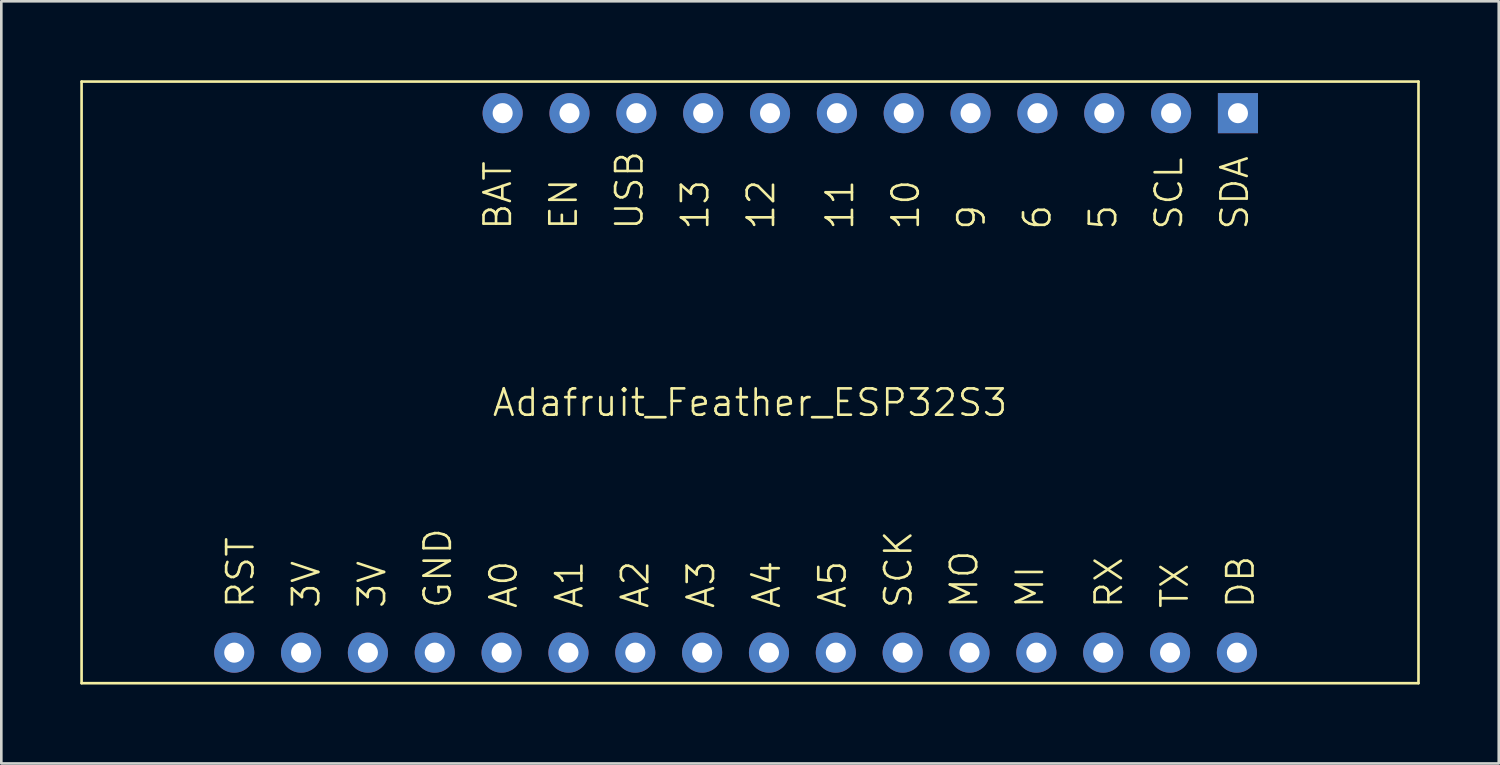
<source format=kicad_pcb>
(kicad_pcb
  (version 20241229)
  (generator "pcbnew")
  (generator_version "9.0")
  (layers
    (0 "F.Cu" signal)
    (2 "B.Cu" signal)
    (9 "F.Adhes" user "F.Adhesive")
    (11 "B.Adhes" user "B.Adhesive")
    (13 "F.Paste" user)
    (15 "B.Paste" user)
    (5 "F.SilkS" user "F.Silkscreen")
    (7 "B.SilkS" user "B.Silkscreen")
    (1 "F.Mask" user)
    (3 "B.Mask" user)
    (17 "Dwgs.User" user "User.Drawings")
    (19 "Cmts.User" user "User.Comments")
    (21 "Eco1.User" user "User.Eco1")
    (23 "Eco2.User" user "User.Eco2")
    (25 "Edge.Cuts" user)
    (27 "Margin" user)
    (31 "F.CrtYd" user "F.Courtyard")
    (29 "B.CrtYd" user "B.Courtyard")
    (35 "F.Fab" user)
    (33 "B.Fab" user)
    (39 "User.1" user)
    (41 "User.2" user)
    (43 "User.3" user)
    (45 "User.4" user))
  (footprint "Adafruit_Feather_ESP32S3"
    (layer "F.Cu")
    (at 25.45 12.75)
    (property "Reference" "Adafruit_Feather_ESP32S3" (at 0 -0.5 0) (unlocked yes) (layer "F.SilkS") (effects (font (size 1 1) (thickness 0.1))))
    (attr through_hole)
    (fp_line (start -25.4 -12.7) (end 25.4 -12.7) (stroke (width 0.1) (type default)) (layer "F.SilkS"))
    (fp_line (start -25.4 10.16) (end -25.4 -12.7) (stroke (width 0.1) (type default)) (layer "F.SilkS"))
    (fp_line (start 25.4 -12.7) (end 25.4 10.16) (stroke (width 0.1) (type default)) (layer "F.SilkS"))
    (fp_line (start 25.4 10.16) (end -25.4 10.16) (stroke (width 0.1) (type default)) (layer "F.SilkS"))
    (fp_text user "3V" (at -16.28 7.38 90) (unlocked yes) (layer "F.SilkS") (effects (font (size 1 1) (thickness 0.1)) (justify left bottom)))
    (fp_text user "DB" (at 19.22 7.38 90) (unlocked yes) (layer "F.SilkS") (effects (font (size 1 1) (thickness 0.1)) (justify left bottom)))
    (fp_text user "9" (at 9 -7 90) (unlocked yes) (layer "F.SilkS") (effects (font (size 1 1) (thickness 0.1)) (justify left bottom)))
    (fp_text user "EN" (at -6.5 -7 90) (unlocked yes) (layer "F.SilkS") (effects (font (size 1 1) (thickness 0.1)) (justify left bottom)))
    (fp_text user "USB" (at -4 -7 90) (unlocked yes) (layer "F.SilkS") (effects (font (size 1 1) (thickness 0.1)) (justify left bottom)))
    (fp_text user "5" (at 14 -7 90) (unlocked yes) (layer "F.SilkS") (effects (font (size 1 1) (thickness 0.1)) (justify left bottom)))
    (fp_text user "BAT" (at -9 -7 90) (unlocked yes) (layer "F.SilkS") (effects (font (size 1 1) (thickness 0.1)) (justify left bottom)))
    (fp_text user "MO" (at 8.72 7.38 90) (unlocked yes) (layer "F.SilkS") (effects (font (size 1 1) (thickness 0.1)) (justify left bottom)))
    (fp_text user "6" (at 11.5 -7 90) (unlocked yes) (layer "F.SilkS") (effects (font (size 1 1) (thickness 0.1)) (justify left bottom)))
    (fp_text user "A0" (at -8.78 7.38 90) (unlocked yes) (layer "F.SilkS") (effects (font (size 1 1) (thickness 0.1)) (justify left bottom)))
    (fp_text user "3V" (at -13.78 7.38 90) (unlocked yes) (layer "F.SilkS") (effects (font (size 1 1) (thickness 0.1)) (justify left bottom)))
    (fp_text user "A2" (at -3.78 7.38 90) (unlocked yes) (layer "F.SilkS") (effects (font (size 1 1) (thickness 0.1)) (justify left bottom)))
    (fp_text user "SCL" (at 16.5 -7 90) (unlocked yes) (layer "F.SilkS") (effects (font (size 1 1) (thickness 0.1)) (justify left bottom)))
    (fp_text user "RX" (at 14.22 7.38 90) (unlocked yes) (layer "F.SilkS") (effects (font (size 1 1) (thickness 0.1)) (justify left bottom)))
    (fp_text user "SDA" (at 19 -7 90) (unlocked yes) (layer "F.SilkS") (effects (font (size 1 1) (thickness 0.1)) (justify left bottom)))
    (fp_text user "11" (at 4 -7 90) (unlocked yes) (layer "F.SilkS") (effects (font (size 1 1) (thickness 0.1)) (justify left bottom)))
    (fp_text user "A5" (at 3.72 7.38 90) (unlocked yes) (layer "F.SilkS") (effects (font (size 1 1) (thickness 0.1)) (justify left bottom)))
    (fp_text user "10" (at 6.5 -7 90) (unlocked yes) (layer "F.SilkS") (effects (font (size 1 1) (thickness 0.1)) (justify left bottom)))
    (fp_text user "13" (at -1.5 -7 90) (unlocked yes) (layer "F.SilkS") (effects (font (size 1 1) (thickness 0.1)) (justify left bottom)))
    (fp_text user "A1" (at -6.28 7.38 90) (unlocked yes) (layer "F.SilkS") (effects (font (size 1 1) (thickness 0.1)) (justify left bottom)))
    (fp_text user "RST" (at -18.78 7.38 90) (unlocked yes) (layer "F.SilkS") (effects (font (size 1 1) (thickness 0.1)) (justify left bottom)))
    (fp_text user "GND" (at -11.28 7.38 90) (unlocked yes) (layer "F.SilkS") (effects (font (size 1 1) (thickness 0.1)) (justify left bottom)))
    (fp_text user "A3" (at -1.28 7.38 90) (unlocked yes) (layer "F.SilkS") (effects (font (size 1 1) (thickness 0.1)) (justify left bottom)))
    (fp_text user "A4" (at 1.22 7.38 90) (unlocked yes) (layer "F.SilkS") (effects (font (size 1 1) (thickness 0.1)) (justify left bottom)))
    (fp_text user "12" (at 1 -7 90) (unlocked yes) (layer "F.SilkS") (effects (font (size 1 1) (thickness 0.1)) (justify left bottom)))
    (fp_text user "TX" (at 16.72 7.38 90) (unlocked yes) (layer "F.SilkS") (effects (font (size 1 1) (thickness 0.1)) (justify left bottom)))
    (fp_text user "SCK" (at 6.22 7.38 90) (unlocked yes) (layer "F.SilkS") (effects (font (size 1 1) (thickness 0.1)) (justify left bottom)))
    (fp_text user "MI" (at 11.22 7.38 90) (unlocked yes) (layer "F.SilkS") (effects (font (size 1 1) (thickness 0.1)) (justify left bottom)))
    (pad "1" thru_hole rect (at 18.54 -11.5) (size 1.524 1.524) (drill 0.762) (layers "*.Cu" "*.Mask"))
    (pad "2" thru_hole circle (at 16 -11.5) (size 1.524 1.524) (drill 0.762) (layers "*.Cu" "*.Mask"))
    (pad "3" thru_hole circle (at 13.46 -11.5) (size 1.524 1.524) (drill 0.762) (layers "*.Cu" "*.Mask"))
    (pad "4" thru_hole circle (at 10.92 -11.5) (size 1.524 1.524) (drill 0.762) (layers "*.Cu" "*.Mask"))
    (pad "5" thru_hole circle (at 8.38 -11.5) (size 1.524 1.524) (drill 0.762) (layers "*.Cu" "*.Mask"))
    (pad "6" thru_hole circle (at 5.84 -11.5) (size 1.524 1.524) (drill 0.762) (layers "*.Cu" "*.Mask"))
    (pad "7" thru_hole circle (at 3.3 -11.5) (size 1.524 1.524) (drill 0.762) (layers "*.Cu" "*.Mask"))
    (pad "8" thru_hole circle (at 0.76 -11.5) (size 1.524 1.524) (drill 0.762) (layers "*.Cu" "*.Mask"))
    (pad "9" thru_hole circle (at -1.78 -11.5) (size 1.524 1.524) (drill 0.762) (layers "*.Cu" "*.Mask"))
    (pad "10" thru_hole circle (at -4.32 -11.5) (size 1.524 1.524) (drill 0.762) (layers "*.Cu" "*.Mask"))
    (pad "11" thru_hole circle (at -6.86 -11.5) (size 1.524 1.524) (drill 0.762) (layers "*.Cu" "*.Mask"))
    (pad "12" thru_hole circle (at -9.4 -11.5) (size 1.524 1.524) (drill 0.762) (layers "*.Cu" "*.Mask"))
    (pad "13" thru_hole circle (at 18.5 9) (size 1.524 1.524) (drill 0.762) (layers "*.Cu" "*.Mask"))
    (pad "14" thru_hole circle (at 15.96 9) (size 1.524 1.524) (drill 0.762) (layers "*.Cu" "*.Mask"))
    (pad "15" thru_hole circle (at 13.42 9) (size 1.524 1.524) (drill 0.762) (layers "*.Cu" "*.Mask"))
    (pad "16" thru_hole circle (at 10.88 9) (size 1.524 1.524) (drill 0.762) (layers "*.Cu" "*.Mask"))
    (pad "17" thru_hole circle (at 8.34 9) (size 1.524 1.524) (drill 0.762) (layers "*.Cu" "*.Mask"))
    (pad "18" thru_hole circle (at 5.8 9) (size 1.524 1.524) (drill 0.762) (layers "*.Cu" "*.Mask"))
    (pad "19" thru_hole circle (at 3.26 9) (size 1.524 1.524) (drill 0.762) (layers "*.Cu" "*.Mask"))
    (pad "20" thru_hole circle (at 0.72 9) (size 1.524 1.524) (drill 0.762) (layers "*.Cu" "*.Mask"))
    (pad "21" thru_hole circle (at -1.82 9) (size 1.524 1.524) (drill 0.762) (layers "*.Cu" "*.Mask"))
    (pad "22" thru_hole circle (at -4.36 9) (size 1.524 1.524) (drill 0.762) (layers "*.Cu" "*.Mask"))
    (pad "23" thru_hole circle (at -6.9 9) (size 1.524 1.524) (drill 0.762) (layers "*.Cu" "*.Mask"))
    (pad "24" thru_hole circle (at -9.44 9) (size 1.524 1.524) (drill 0.762) (layers "*.Cu" "*.Mask"))
    (pad "25" thru_hole circle (at -11.98 9) (size 1.524 1.524) (drill 0.762) (layers "*.Cu" "*.Mask"))
    (pad "26" thru_hole circle (at -14.52 9) (size 1.524 1.524) (drill 0.762) (layers "*.Cu" "*.Mask"))
    (pad "27" thru_hole circle (at -17.06 9) (size 1.524 1.524) (drill 0.762) (layers "*.Cu" "*.Mask"))
    (pad "28" thru_hole circle (at -19.6 9) (size 1.524 1.524) (drill 0.762) (layers "*.Cu" "*.Mask"))
    (zone (net_name "") (layer "F.SilkS") (hatch edge 0.5) (connect_pads) (min_thickness 0.25) (filled_areas_thickness no) (keepout (tracks allowed) (vias allowed) (pads not_allowed) (copperpour allowed) (footprints not_allowed)) (placement (enabled no)) (fill) (polygon (pts (xy 0.05 0.05) (xy 50.85 0.05) (xy 50.85 22.91) (xy 0.05 22.91)))))
  (gr_rect
    (start -3 -3)
    (end 53.9 25.96)
    (stroke (width 0.1) (type default))
    (fill no)
    (layer "Edge.Cuts")))
</source>
